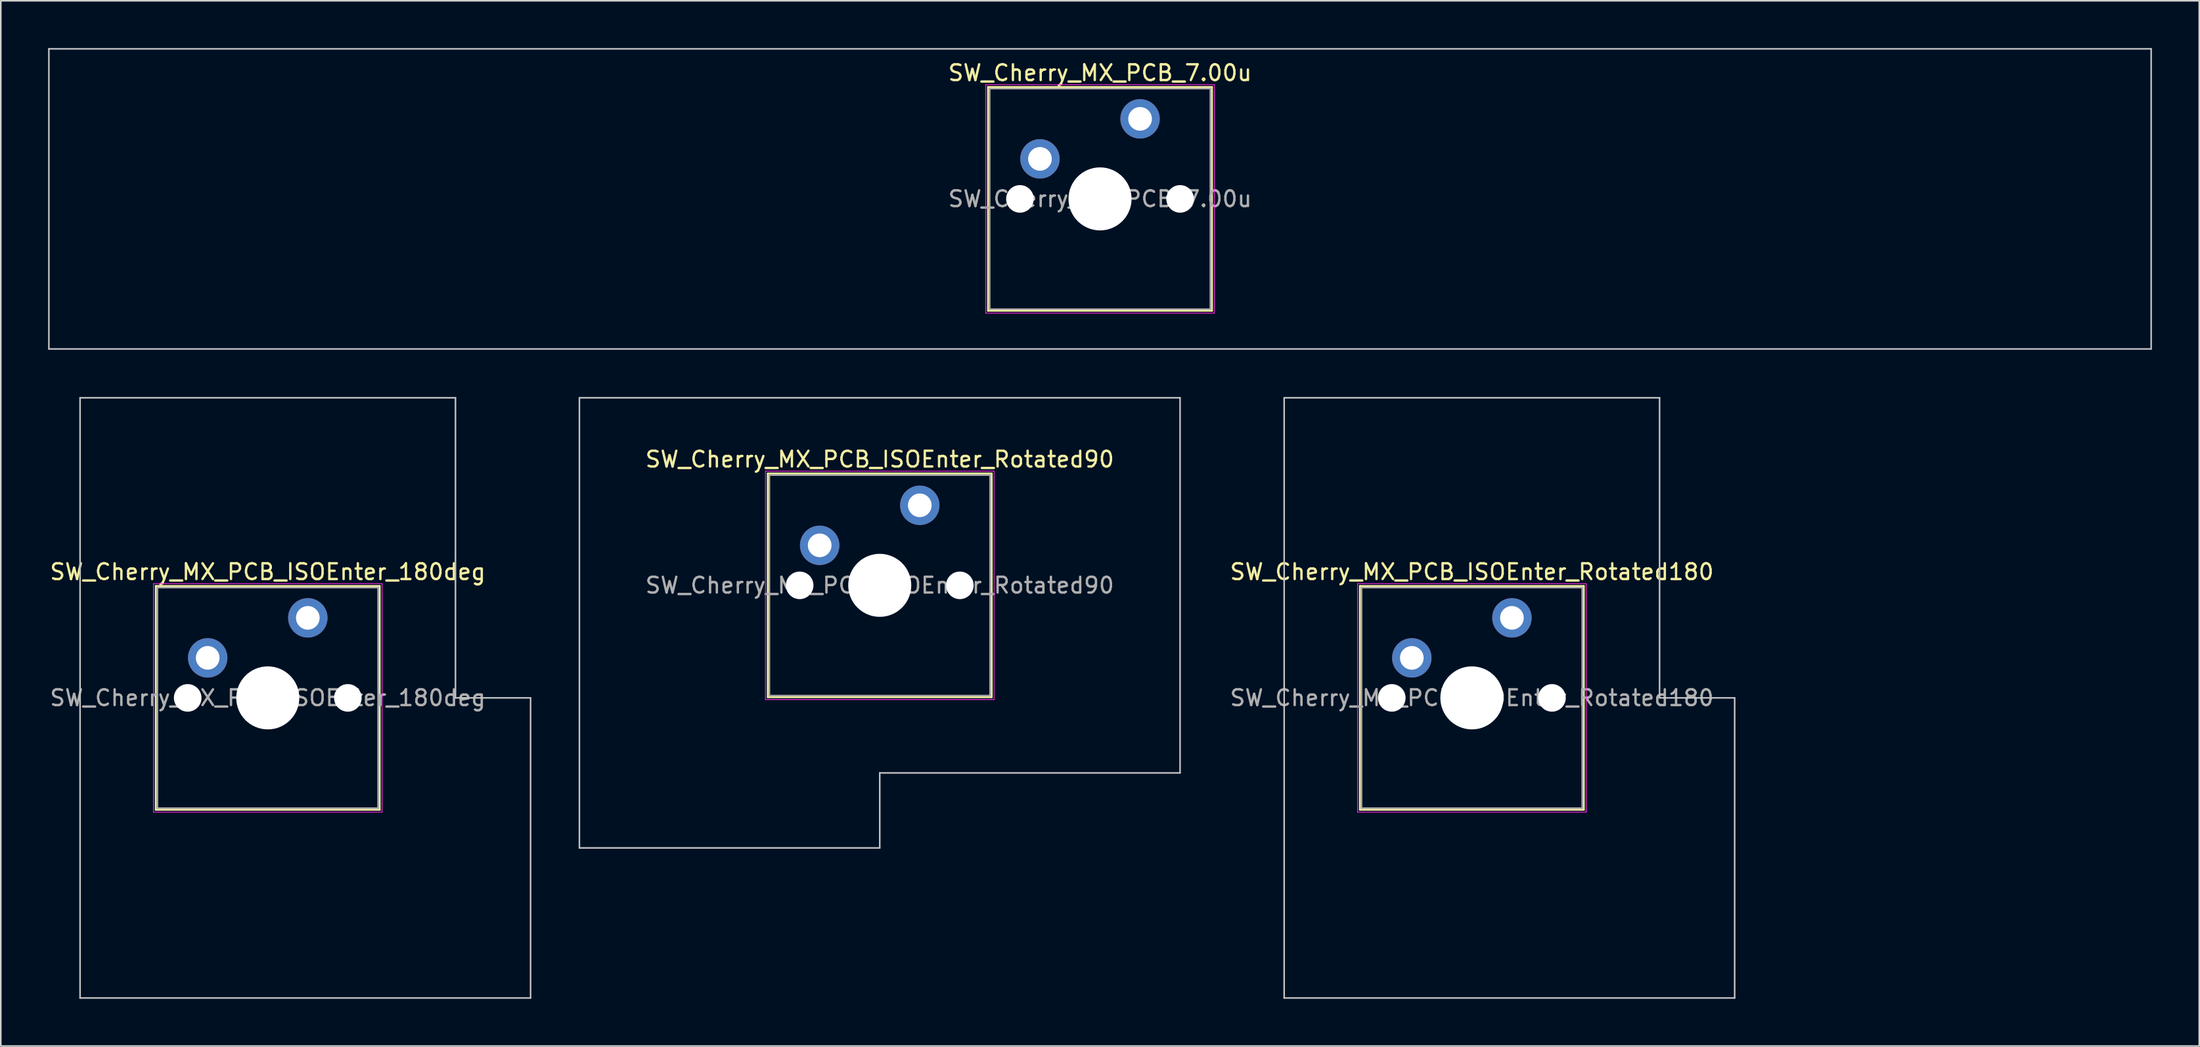
<source format=kicad_pcb>
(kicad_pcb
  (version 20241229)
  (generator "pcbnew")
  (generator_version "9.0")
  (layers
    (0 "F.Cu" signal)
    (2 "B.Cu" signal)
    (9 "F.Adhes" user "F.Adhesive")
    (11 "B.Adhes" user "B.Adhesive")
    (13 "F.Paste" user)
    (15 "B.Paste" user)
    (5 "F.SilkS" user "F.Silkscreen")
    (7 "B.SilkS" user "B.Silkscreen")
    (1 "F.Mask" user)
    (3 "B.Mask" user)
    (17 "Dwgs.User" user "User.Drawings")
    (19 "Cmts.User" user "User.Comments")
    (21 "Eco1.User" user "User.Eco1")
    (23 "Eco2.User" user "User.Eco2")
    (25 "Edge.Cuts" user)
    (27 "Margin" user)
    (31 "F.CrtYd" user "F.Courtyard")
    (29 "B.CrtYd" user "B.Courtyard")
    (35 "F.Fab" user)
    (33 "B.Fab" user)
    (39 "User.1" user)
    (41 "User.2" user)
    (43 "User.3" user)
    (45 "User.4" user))
  (footprint "SW_Cherry_MX_PCB_ISOEnter_Rotated180"
    (layer "F.Cu")
    (at 90.312 41.25)
    (property "Reference" "SW_Cherry_MX_PCB_ISOEnter_Rotated180" (at 0 -8 0) (layer "F.SilkS") (effects (font (size 1 1) (thickness 0.15))))
    (attr through_hole)
    (fp_line (start -7.1 -7.1) (end -7.1 7.1) (stroke (width 0.12) (type solid)) (layer "F.SilkS"))
    (fp_line (start -7.1 7.1) (end 7.1 7.1) (stroke (width 0.12) (type solid)) (layer "F.SilkS"))
    (fp_line (start 7.1 -7.1) (end -7.1 -7.1) (stroke (width 0.12) (type solid)) (layer "F.SilkS"))
    (fp_line (start 7.1 7.1) (end 7.1 -7.1) (stroke (width 0.12) (type solid)) (layer "F.SilkS"))
    (fp_line (start -11.906 -19.05) (end -11.906 19.05) (stroke (width 0.1) (type solid)) (layer "Dwgs.User"))
    (fp_line (start -11.906 19.05) (end 16.669 19.05) (stroke (width 0.1) (type solid)) (layer "Dwgs.User"))
    (fp_line (start 11.906 -19.05) (end -11.906 -19.05) (stroke (width 0.1) (type solid)) (layer "Dwgs.User"))
    (fp_line (start 11.906 0) (end 11.906 -19.05) (stroke (width 0.1) (type solid)) (layer "Dwgs.User"))
    (fp_line (start 16.669 0) (end 11.906 0) (stroke (width 0.1) (type solid)) (layer "Dwgs.User"))
    (fp_line (start 16.669 19.05) (end 16.669 0) (stroke (width 0.1) (type solid)) (layer "Dwgs.User"))
    (fp_line (start -7.25 -7.25) (end -7.25 7.25) (stroke (width 0.05) (type solid)) (layer "F.CrtYd"))
    (fp_line (start -7.25 7.25) (end 7.25 7.25) (stroke (width 0.05) (type solid)) (layer "F.CrtYd"))
    (fp_line (start 7.25 -7.25) (end -7.25 -7.25) (stroke (width 0.05) (type solid)) (layer "F.CrtYd"))
    (fp_line (start 7.25 7.25) (end 7.25 -7.25) (stroke (width 0.05) (type solid)) (layer "F.CrtYd"))
    (fp_line (start -7 -7) (end -7 7) (stroke (width 0.1) (type solid)) (layer "F.Fab"))
    (fp_line (start -7 7) (end 7 7) (stroke (width 0.1) (type solid)) (layer "F.Fab"))
    (fp_line (start 7 -7) (end -7 -7) (stroke (width 0.1) (type solid)) (layer "F.Fab"))
    (fp_line (start 7 7) (end 7 -7) (stroke (width 0.1) (type solid)) (layer "F.Fab"))
    (fp_text user "${REFERENCE}" (at 0 0 0) (layer "F.Fab") (effects (font (size 1 1) (thickness 0.15))))
    (pad "" np_thru_hole circle (at -5.08 0) (size 1.75 1.75) (drill 1.75) (layers "*.Cu" "*.Mask"))
    (pad "" np_thru_hole circle (at 0 0) (size 4 4) (drill 4) (layers "*.Cu" "*.Mask"))
    (pad "" np_thru_hole circle (at 5.08 0) (size 1.75 1.75) (drill 1.75) (layers "*.Cu" "*.Mask"))
    (pad "1" thru_hole circle (at -3.81 -2.54) (size 2.5 2.5) (drill 1.5) (layers "*.Cu" "B.Mask"))
    (pad "2" thru_hole circle (at 2.54 -5.08) (size 2.5 2.5) (drill 1.5) (layers "*.Cu" "B.Mask")))
  (footprint "SW_Cherry_MX_PCB_ISOEnter_180deg"
    (layer "F.Cu")
    (at 13.935 41.25)
    (property "Reference" "SW_Cherry_MX_PCB_ISOEnter_180deg" (at 0 -8 0) (layer "F.SilkS") (effects (font (size 1 1) (thickness 0.15))))
    (attr through_hole)
    (fp_line (start -7.1 -7.1) (end -7.1 7.1) (stroke (width 0.12) (type solid)) (layer "F.SilkS"))
    (fp_line (start -7.1 7.1) (end 7.1 7.1) (stroke (width 0.12) (type solid)) (layer "F.SilkS"))
    (fp_line (start 7.1 -7.1) (end -7.1 -7.1) (stroke (width 0.12) (type solid)) (layer "F.SilkS"))
    (fp_line (start 7.1 7.1) (end 7.1 -7.1) (stroke (width 0.12) (type solid)) (layer "F.SilkS"))
    (fp_line (start -11.906 -19.05) (end -11.906 19.05) (stroke (width 0.1) (type solid)) (layer "Dwgs.User"))
    (fp_line (start -11.906 19.05) (end 16.669 19.05) (stroke (width 0.1) (type solid)) (layer "Dwgs.User"))
    (fp_line (start 11.906 -19.05) (end -11.906 -19.05) (stroke (width 0.1) (type solid)) (layer "Dwgs.User"))
    (fp_line (start 11.906 0) (end 11.906 -19.05) (stroke (width 0.1) (type solid)) (layer "Dwgs.User"))
    (fp_line (start 16.669 0) (end 11.906 0) (stroke (width 0.1) (type solid)) (layer "Dwgs.User"))
    (fp_line (start 16.669 19.05) (end 16.669 0) (stroke (width 0.1) (type solid)) (layer "Dwgs.User"))
    (fp_line (start -7 -7) (end -7 7) (stroke (width 0.1) (type solid)) (layer "Eco1.User"))
    (fp_line (start -7 7) (end 7 7) (stroke (width 0.1) (type solid)) (layer "Eco1.User"))
    (fp_line (start 7 -7) (end -7 -7) (stroke (width 0.1) (type solid)) (layer "Eco1.User"))
    (fp_line (start 7 7) (end 7 -7) (stroke (width 0.1) (type solid)) (layer "Eco1.User"))
    (fp_line (start -7.25 -7.25) (end -7.25 7.25) (stroke (width 0.05) (type solid)) (layer "F.CrtYd"))
    (fp_line (start -7.25 7.25) (end 7.25 7.25) (stroke (width 0.05) (type solid)) (layer "F.CrtYd"))
    (fp_line (start 7.25 -7.25) (end -7.25 -7.25) (stroke (width 0.05) (type solid)) (layer "F.CrtYd"))
    (fp_line (start 7.25 7.25) (end 7.25 -7.25) (stroke (width 0.05) (type solid)) (layer "F.CrtYd"))
    (fp_line (start -7 -7) (end -7 7) (stroke (width 0.1) (type solid)) (layer "F.Fab"))
    (fp_line (start -7 7) (end 7 7) (stroke (width 0.1) (type solid)) (layer "F.Fab"))
    (fp_line (start 7 -7) (end -7 -7) (stroke (width 0.1) (type solid)) (layer "F.Fab"))
    (fp_line (start 7 7) (end 7 -7) (stroke (width 0.1) (type solid)) (layer "F.Fab"))
    (fp_text user "${REFERENCE}" (at 0 0 0) (layer "F.Fab") (effects (font (size 1 1) (thickness 0.15))))
    (pad "" np_thru_hole circle (at -5.08 0) (size 1.75 1.75) (drill 1.75) (layers "*.Cu" "*.Mask"))
    (pad "" np_thru_hole circle (at 0 0) (size 4 4) (drill 4) (layers "*.Cu" "*.Mask"))
    (pad "" np_thru_hole circle (at 5.08 0) (size 1.75 1.75) (drill 1.75) (layers "*.Cu" "*.Mask"))
    (pad "1" thru_hole circle (at -3.81 -2.54) (size 2.5 2.5) (drill 1.5) (layers "*.Cu" "*.Mask"))
    (pad "2" thru_hole circle (at 2.54 -5.08) (size 2.5 2.5) (drill 1.5) (layers "*.Cu" "*.Mask")))
  (footprint "SW_Cherry_MX_PCB_7.00u"
    (layer "F.Cu")
    (at 66.725 9.575)
    (property "Reference" "SW_Cherry_MX_PCB_7.00u" (at 0 -8 0) (layer "F.SilkS") (effects (font (size 1 1) (thickness 0.15))))
    (attr through_hole)
    (fp_line (start -7.1 -7.1) (end -7.1 7.1) (stroke (width 0.12) (type solid)) (layer "F.SilkS"))
    (fp_line (start -7.1 7.1) (end 7.1 7.1) (stroke (width 0.12) (type solid)) (layer "F.SilkS"))
    (fp_line (start 7.1 -7.1) (end -7.1 -7.1) (stroke (width 0.12) (type solid)) (layer "F.SilkS"))
    (fp_line (start 7.1 7.1) (end 7.1 -7.1) (stroke (width 0.12) (type solid)) (layer "F.SilkS"))
    (fp_line (start -66.675 -9.525) (end -66.675 9.525) (stroke (width 0.1) (type solid)) (layer "Dwgs.User"))
    (fp_line (start -66.675 9.525) (end 66.675 9.525) (stroke (width 0.1) (type solid)) (layer "Dwgs.User"))
    (fp_line (start 66.675 -9.525) (end -66.675 -9.525) (stroke (width 0.1) (type solid)) (layer "Dwgs.User"))
    (fp_line (start 66.675 9.525) (end 66.675 -9.525) (stroke (width 0.1) (type solid)) (layer "Dwgs.User"))
    (fp_line (start -7 -7) (end -7 7) (stroke (width 0.1) (type solid)) (layer "Eco1.User"))
    (fp_line (start -7 7) (end 7 7) (stroke (width 0.1) (type solid)) (layer "Eco1.User"))
    (fp_line (start 7 -7) (end -7 -7) (stroke (width 0.1) (type solid)) (layer "Eco1.User"))
    (fp_line (start 7 7) (end 7 -7) (stroke (width 0.1) (type solid)) (layer "Eco1.User"))
    (fp_line (start -7.25 -7.25) (end -7.25 7.25) (stroke (width 0.05) (type solid)) (layer "F.CrtYd"))
    (fp_line (start -7.25 7.25) (end 7.25 7.25) (stroke (width 0.05) (type solid)) (layer "F.CrtYd"))
    (fp_line (start 7.25 -7.25) (end -7.25 -7.25) (stroke (width 0.05) (type solid)) (layer "F.CrtYd"))
    (fp_line (start 7.25 7.25) (end 7.25 -7.25) (stroke (width 0.05) (type solid)) (layer "F.CrtYd"))
    (fp_line (start -7 -7) (end -7 7) (stroke (width 0.1) (type solid)) (layer "F.Fab"))
    (fp_line (start -7 7) (end 7 7) (stroke (width 0.1) (type solid)) (layer "F.Fab"))
    (fp_line (start 7 -7) (end -7 -7) (stroke (width 0.1) (type solid)) (layer "F.Fab"))
    (fp_line (start 7 7) (end 7 -7) (stroke (width 0.1) (type solid)) (layer "F.Fab"))
    (fp_text user "${REFERENCE}" (at 0 0 0) (layer "F.Fab") (effects (font (size 1 1) (thickness 0.15))))
    (pad "" np_thru_hole circle (at -5.08 0) (size 1.75 1.75) (drill 1.75) (layers "*.Cu" "*.Mask"))
    (pad "" np_thru_hole circle (at 0 0) (size 4 4) (drill 4) (layers "*.Cu" "*.Mask"))
    (pad "" np_thru_hole circle (at 5.08 0) (size 1.75 1.75) (drill 1.75) (layers "*.Cu" "*.Mask"))
    (pad "1" thru_hole circle (at -3.81 -2.54) (size 2.5 2.5) (drill 1.5) (layers "*.Cu" "B.Mask"))
    (pad "2" thru_hole circle (at 2.54 -5.08) (size 2.5 2.5) (drill 1.5) (layers "*.Cu" "B.Mask")))
  (footprint "SW_Cherry_MX_PCB_ISOEnter_Rotated90"
    (layer "F.Cu")
    (at 52.753 34.106)
    (property "Reference" "SW_Cherry_MX_PCB_ISOEnter_Rotated90" (at 0 -8 0) (layer "F.SilkS") (effects (font (size 1 1) (thickness 0.15))))
    (attr through_hole)
    (fp_line (start -7.1 -7.1) (end -7.1 7.1) (stroke (width 0.12) (type solid)) (layer "F.SilkS"))
    (fp_line (start -7.1 7.1) (end 7.1 7.1) (stroke (width 0.12) (type solid)) (layer "F.SilkS"))
    (fp_line (start 7.1 -7.1) (end -7.1 -7.1) (stroke (width 0.12) (type solid)) (layer "F.SilkS"))
    (fp_line (start 7.1 7.1) (end 7.1 -7.1) (stroke (width 0.12) (type solid)) (layer "F.SilkS"))
    (fp_line (start -19.05 -11.906) (end -19.05 16.669) (stroke (width 0.1) (type solid)) (layer "Dwgs.User"))
    (fp_line (start -19.05 16.669) (end 0 16.669) (stroke (width 0.1) (type solid)) (layer "Dwgs.User"))
    (fp_line (start 0 11.906) (end 19.05 11.906) (stroke (width 0.1) (type solid)) (layer "Dwgs.User"))
    (fp_line (start 0 16.669) (end 0 11.906) (stroke (width 0.1) (type solid)) (layer "Dwgs.User"))
    (fp_line (start 19.05 -11.906) (end -19.05 -11.906) (stroke (width 0.1) (type solid)) (layer "Dwgs.User"))
    (fp_line (start 19.05 11.906) (end 19.05 -11.906) (stroke (width 0.1) (type solid)) (layer "Dwgs.User"))
    (fp_line (start -7.25 -7.25) (end -7.25 7.25) (stroke (width 0.05) (type solid)) (layer "F.CrtYd"))
    (fp_line (start -7.25 7.25) (end 7.25 7.25) (stroke (width 0.05) (type solid)) (layer "F.CrtYd"))
    (fp_line (start 7.25 -7.25) (end -7.25 -7.25) (stroke (width 0.05) (type solid)) (layer "F.CrtYd"))
    (fp_line (start 7.25 7.25) (end 7.25 -7.25) (stroke (width 0.05) (type solid)) (layer "F.CrtYd"))
    (fp_line (start -7 -7) (end -7 7) (stroke (width 0.1) (type solid)) (layer "F.Fab"))
    (fp_line (start -7 7) (end 7 7) (stroke (width 0.1) (type solid)) (layer "F.Fab"))
    (fp_line (start 7 -7) (end -7 -7) (stroke (width 0.1) (type solid)) (layer "F.Fab"))
    (fp_line (start 7 7) (end 7 -7) (stroke (width 0.1) (type solid)) (layer "F.Fab"))
    (fp_text user "${REFERENCE}" (at 0 0 0) (layer "F.Fab") (effects (font (size 1 1) (thickness 0.15))))
    (pad "" np_thru_hole circle (at -5.08 0) (size 1.75 1.75) (drill 1.75) (layers "*.Cu" "*.Mask"))
    (pad "" np_thru_hole circle (at 0 0) (size 4 4) (drill 4) (layers "*.Cu" "*.Mask"))
    (pad "" np_thru_hole circle (at 5.08 0) (size 1.75 1.75) (drill 1.75) (layers "*.Cu" "*.Mask"))
    (pad "1" thru_hole circle (at -3.81 -2.54) (size 2.5 2.5) (drill 1.5) (layers "*.Cu" "B.Mask"))
    (pad "2" thru_hole circle (at 2.54 -5.08) (size 2.5 2.5) (drill 1.5) (layers "*.Cu" "B.Mask")))
  (gr_rect
    (start -3 -3)
    (end 136.45 63.35)
    (stroke (width 0.1) (type default))
    (fill no)
    (layer "Edge.Cuts")))
</source>
